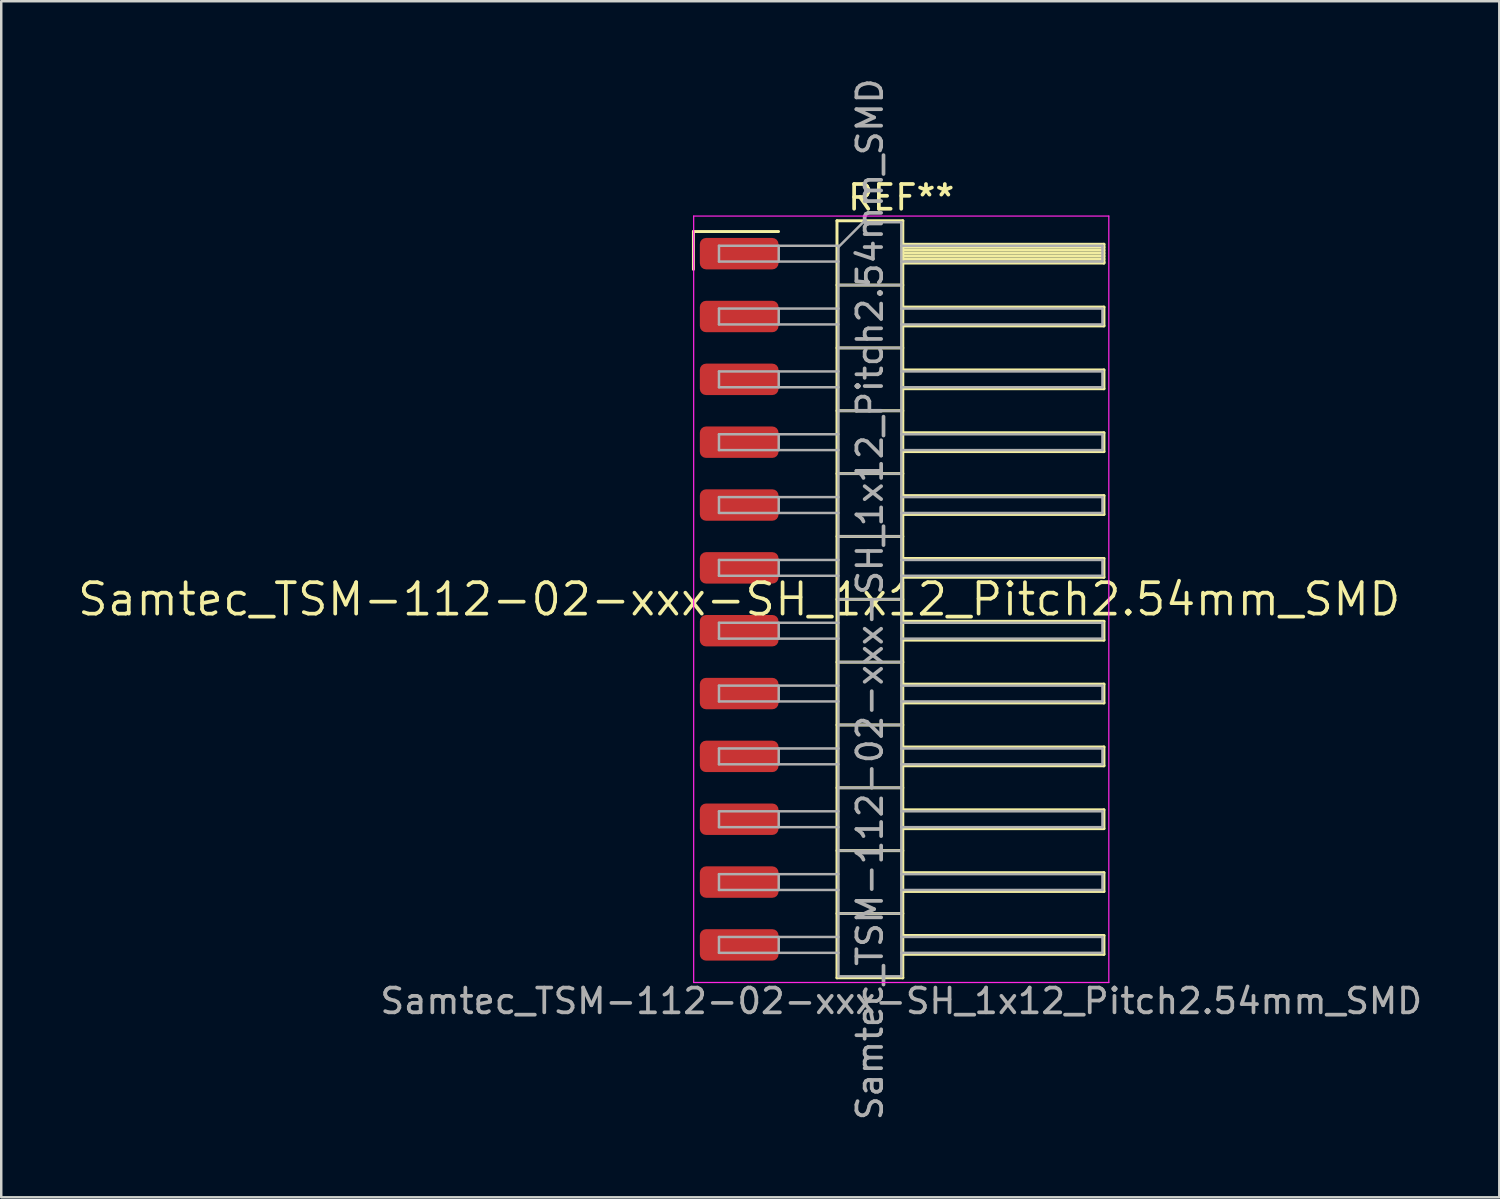
<source format=kicad_pcb>
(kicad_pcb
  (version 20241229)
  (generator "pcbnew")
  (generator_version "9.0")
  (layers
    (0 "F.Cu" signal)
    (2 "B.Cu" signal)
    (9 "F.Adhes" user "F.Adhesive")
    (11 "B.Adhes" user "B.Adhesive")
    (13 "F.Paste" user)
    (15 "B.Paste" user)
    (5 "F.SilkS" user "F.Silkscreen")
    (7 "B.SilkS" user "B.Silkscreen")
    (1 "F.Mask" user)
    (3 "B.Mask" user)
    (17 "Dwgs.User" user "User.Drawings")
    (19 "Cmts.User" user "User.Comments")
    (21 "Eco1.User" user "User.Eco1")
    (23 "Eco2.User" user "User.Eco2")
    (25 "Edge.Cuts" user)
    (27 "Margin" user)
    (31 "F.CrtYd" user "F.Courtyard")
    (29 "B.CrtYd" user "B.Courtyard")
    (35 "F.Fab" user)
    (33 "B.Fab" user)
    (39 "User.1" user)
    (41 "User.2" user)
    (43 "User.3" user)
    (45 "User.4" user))
  (footprint "Samtec_TSM-112-02-xxx-SH_1x12_Pitch2.54mm_SMD"
    (layer "F.Cu")
    (at 26.828 21.173)
    (property "Reference" "Samtec_TSM-112-02-xxx-SH_1x12_Pitch2.54mm_SMD" (at 0 0 0) (layer "F.SilkS") (effects (font (size 1.27 1.27) (thickness 0.15))))
    (attr smd)
    (fp_line (start -1.85 -14.865) (end 1.59 -14.865) (stroke (width 0.12) (type solid)) (layer "F.SilkS"))
    (fp_line (start -1.85 -13.335) (end -1.85 -14.865) (stroke (width 0.12) (type solid)) (layer "F.SilkS"))
    (fp_line (start 3.953 -15.3) (end 6.613 -15.3) (stroke (width 0.12) (type solid)) (layer "F.SilkS"))
    (fp_line (start 3.953 -12.7) (end 6.613 -12.7) (stroke (width 0.12) (type solid)) (layer "F.SilkS"))
    (fp_line (start 3.953 -10.16) (end 6.613 -10.16) (stroke (width 0.12) (type solid)) (layer "F.SilkS"))
    (fp_line (start 3.953 -7.62) (end 6.613 -7.62) (stroke (width 0.12) (type solid)) (layer "F.SilkS"))
    (fp_line (start 3.953 -5.08) (end 6.613 -5.08) (stroke (width 0.12) (type solid)) (layer "F.SilkS"))
    (fp_line (start 3.953 -2.54) (end 6.613 -2.54) (stroke (width 0.12) (type solid)) (layer "F.SilkS"))
    (fp_line (start 3.953 0) (end 6.613 0) (stroke (width 0.12) (type solid)) (layer "F.SilkS"))
    (fp_line (start 3.953 2.54) (end 6.613 2.54) (stroke (width 0.12) (type solid)) (layer "F.SilkS"))
    (fp_line (start 3.953 5.08) (end 6.613 5.08) (stroke (width 0.12) (type solid)) (layer "F.SilkS"))
    (fp_line (start 3.953 7.62) (end 6.613 7.62) (stroke (width 0.12) (type solid)) (layer "F.SilkS"))
    (fp_line (start 3.953 10.16) (end 6.613 10.16) (stroke (width 0.12) (type solid)) (layer "F.SilkS"))
    (fp_line (start 3.953 12.7) (end 6.613 12.7) (stroke (width 0.12) (type solid)) (layer "F.SilkS"))
    (fp_line (start 3.953 15.3) (end 3.953 -15.3) (stroke (width 0.12) (type solid)) (layer "F.SilkS"))
    (fp_line (start 6.613 -15.3) (end 6.613 15.3) (stroke (width 0.12) (type solid)) (layer "F.SilkS"))
    (fp_line (start 6.613 -14.35) (end 14.743 -14.35) (stroke (width 0.12) (type solid)) (layer "F.SilkS"))
    (fp_line (start 6.613 -14.23) (end 14.743 -14.23) (stroke (width 0.12) (type solid)) (layer "F.SilkS"))
    (fp_line (start 6.613 -14.11) (end 14.743 -14.11) (stroke (width 0.12) (type solid)) (layer "F.SilkS"))
    (fp_line (start 6.613 -13.99) (end 14.743 -13.99) (stroke (width 0.12) (type solid)) (layer "F.SilkS"))
    (fp_line (start 6.613 -13.87) (end 14.743 -13.87) (stroke (width 0.12) (type solid)) (layer "F.SilkS"))
    (fp_line (start 6.613 -13.75) (end 14.743 -13.75) (stroke (width 0.12) (type solid)) (layer "F.SilkS"))
    (fp_line (start 6.613 -13.63) (end 14.743 -13.63) (stroke (width 0.12) (type solid)) (layer "F.SilkS"))
    (fp_line (start 6.613 -13.59) (end 14.743 -13.59) (stroke (width 0.12) (type solid)) (layer "F.SilkS"))
    (fp_line (start 6.613 -11.81) (end 14.743 -11.81) (stroke (width 0.12) (type solid)) (layer "F.SilkS"))
    (fp_line (start 6.613 -11.05) (end 14.743 -11.05) (stroke (width 0.12) (type solid)) (layer "F.SilkS"))
    (fp_line (start 6.613 -9.27) (end 14.743 -9.27) (stroke (width 0.12) (type solid)) (layer "F.SilkS"))
    (fp_line (start 6.613 -8.51) (end 14.743 -8.51) (stroke (width 0.12) (type solid)) (layer "F.SilkS"))
    (fp_line (start 6.613 -6.73) (end 14.743 -6.73) (stroke (width 0.12) (type solid)) (layer "F.SilkS"))
    (fp_line (start 6.613 -5.97) (end 14.743 -5.97) (stroke (width 0.12) (type solid)) (layer "F.SilkS"))
    (fp_line (start 6.613 -4.19) (end 14.743 -4.19) (stroke (width 0.12) (type solid)) (layer "F.SilkS"))
    (fp_line (start 6.613 -3.43) (end 14.743 -3.43) (stroke (width 0.12) (type solid)) (layer "F.SilkS"))
    (fp_line (start 6.613 -1.65) (end 14.743 -1.65) (stroke (width 0.12) (type solid)) (layer "F.SilkS"))
    (fp_line (start 6.613 -0.89) (end 14.743 -0.89) (stroke (width 0.12) (type solid)) (layer "F.SilkS"))
    (fp_line (start 6.613 0.89) (end 14.743 0.89) (stroke (width 0.12) (type solid)) (layer "F.SilkS"))
    (fp_line (start 6.613 1.65) (end 14.743 1.65) (stroke (width 0.12) (type solid)) (layer "F.SilkS"))
    (fp_line (start 6.613 3.43) (end 14.743 3.43) (stroke (width 0.12) (type solid)) (layer "F.SilkS"))
    (fp_line (start 6.613 4.19) (end 14.743 4.19) (stroke (width 0.12) (type solid)) (layer "F.SilkS"))
    (fp_line (start 6.613 5.97) (end 14.743 5.97) (stroke (width 0.12) (type solid)) (layer "F.SilkS"))
    (fp_line (start 6.613 6.73) (end 14.743 6.73) (stroke (width 0.12) (type solid)) (layer "F.SilkS"))
    (fp_line (start 6.613 8.51) (end 14.743 8.51) (stroke (width 0.12) (type solid)) (layer "F.SilkS"))
    (fp_line (start 6.613 9.27) (end 14.743 9.27) (stroke (width 0.12) (type solid)) (layer "F.SilkS"))
    (fp_line (start 6.613 11.05) (end 14.743 11.05) (stroke (width 0.12) (type solid)) (layer "F.SilkS"))
    (fp_line (start 6.613 11.81) (end 14.743 11.81) (stroke (width 0.12) (type solid)) (layer "F.SilkS"))
    (fp_line (start 6.613 13.59) (end 14.743 13.59) (stroke (width 0.12) (type solid)) (layer "F.SilkS"))
    (fp_line (start 6.613 14.35) (end 14.743 14.35) (stroke (width 0.12) (type solid)) (layer "F.SilkS"))
    (fp_line (start 6.613 15.3) (end 3.953 15.3) (stroke (width 0.12) (type solid)) (layer "F.SilkS"))
    (fp_line (start 14.743 -14.35) (end 14.743 -13.59) (stroke (width 0.12) (type solid)) (layer "F.SilkS"))
    (fp_line (start 14.743 -11.81) (end 14.743 -11.05) (stroke (width 0.12) (type solid)) (layer "F.SilkS"))
    (fp_line (start 14.743 -9.27) (end 14.743 -8.51) (stroke (width 0.12) (type solid)) (layer "F.SilkS"))
    (fp_line (start 14.743 -6.73) (end 14.743 -5.97) (stroke (width 0.12) (type solid)) (layer "F.SilkS"))
    (fp_line (start 14.743 -4.19) (end 14.743 -3.43) (stroke (width 0.12) (type solid)) (layer "F.SilkS"))
    (fp_line (start 14.743 -1.65) (end 14.743 -0.89) (stroke (width 0.12) (type solid)) (layer "F.SilkS"))
    (fp_line (start 14.743 0.89) (end 14.743 1.65) (stroke (width 0.12) (type solid)) (layer "F.SilkS"))
    (fp_line (start 14.743 3.43) (end 14.743 4.19) (stroke (width 0.12) (type solid)) (layer "F.SilkS"))
    (fp_line (start 14.743 5.97) (end 14.743 6.73) (stroke (width 0.12) (type solid)) (layer "F.SilkS"))
    (fp_line (start 14.743 8.51) (end 14.743 9.27) (stroke (width 0.12) (type solid)) (layer "F.SilkS"))
    (fp_line (start 14.743 11.05) (end 14.743 11.81) (stroke (width 0.12) (type solid)) (layer "F.SilkS"))
    (fp_line (start 14.743 13.59) (end 14.743 14.35) (stroke (width 0.12) (type solid)) (layer "F.SilkS"))
    (fp_line (start -1.84 -15.49) (end 14.94 -15.49) (stroke (width 0.05) (type solid)) (layer "F.CrtYd"))
    (fp_line (start -1.84 15.49) (end -1.84 -15.49) (stroke (width 0.05) (type solid)) (layer "F.CrtYd"))
    (fp_line (start 14.94 -15.49) (end 14.94 15.49) (stroke (width 0.05) (type solid)) (layer "F.CrtYd"))
    (fp_line (start 14.94 15.49) (end -1.84 15.49) (stroke (width 0.05) (type solid)) (layer "F.CrtYd"))
    (fp_line (start -0.817 -14.29) (end -0.817 -13.65) (stroke (width 0.1) (type solid)) (layer "F.Fab"))
    (fp_line (start -0.817 -14.29) (end 4.013 -14.29) (stroke (width 0.1) (type solid)) (layer "F.Fab"))
    (fp_line (start -0.817 -13.65) (end 4.013 -13.65) (stroke (width 0.1) (type solid)) (layer "F.Fab"))
    (fp_line (start -0.817 -11.75) (end -0.817 -11.11) (stroke (width 0.1) (type solid)) (layer "F.Fab"))
    (fp_line (start -0.817 -11.75) (end 4.013 -11.75) (stroke (width 0.1) (type solid)) (layer "F.Fab"))
    (fp_line (start -0.817 -11.11) (end 4.013 -11.11) (stroke (width 0.1) (type solid)) (layer "F.Fab"))
    (fp_line (start -0.817 -9.21) (end -0.817 -8.57) (stroke (width 0.1) (type solid)) (layer "F.Fab"))
    (fp_line (start -0.817 -9.21) (end 4.013 -9.21) (stroke (width 0.1) (type solid)) (layer "F.Fab"))
    (fp_line (start -0.817 -8.57) (end 4.013 -8.57) (stroke (width 0.1) (type solid)) (layer "F.Fab"))
    (fp_line (start -0.817 -6.67) (end -0.817 -6.03) (stroke (width 0.1) (type solid)) (layer "F.Fab"))
    (fp_line (start -0.817 -6.67) (end 4.013 -6.67) (stroke (width 0.1) (type solid)) (layer "F.Fab"))
    (fp_line (start -0.817 -6.03) (end 4.013 -6.03) (stroke (width 0.1) (type solid)) (layer "F.Fab"))
    (fp_line (start -0.817 -4.13) (end -0.817 -3.49) (stroke (width 0.1) (type solid)) (layer "F.Fab"))
    (fp_line (start -0.817 -4.13) (end 4.013 -4.13) (stroke (width 0.1) (type solid)) (layer "F.Fab"))
    (fp_line (start -0.817 -3.49) (end 4.013 -3.49) (stroke (width 0.1) (type solid)) (layer "F.Fab"))
    (fp_line (start -0.817 -1.59) (end -0.817 -0.95) (stroke (width 0.1) (type solid)) (layer "F.Fab"))
    (fp_line (start -0.817 -1.59) (end 4.013 -1.59) (stroke (width 0.1) (type solid)) (layer "F.Fab"))
    (fp_line (start -0.817 -0.95) (end 4.013 -0.95) (stroke (width 0.1) (type solid)) (layer "F.Fab"))
    (fp_line (start -0.817 0.95) (end -0.817 1.59) (stroke (width 0.1) (type solid)) (layer "F.Fab"))
    (fp_line (start -0.817 0.95) (end 4.013 0.95) (stroke (width 0.1) (type solid)) (layer "F.Fab"))
    (fp_line (start -0.817 1.59) (end 4.013 1.59) (stroke (width 0.1) (type solid)) (layer "F.Fab"))
    (fp_line (start -0.817 3.49) (end -0.817 4.13) (stroke (width 0.1) (type solid)) (layer "F.Fab"))
    (fp_line (start -0.817 3.49) (end 4.013 3.49) (stroke (width 0.1) (type solid)) (layer "F.Fab"))
    (fp_line (start -0.817 4.13) (end 4.013 4.13) (stroke (width 0.1) (type solid)) (layer "F.Fab"))
    (fp_line (start -0.817 6.03) (end -0.817 6.67) (stroke (width 0.1) (type solid)) (layer "F.Fab"))
    (fp_line (start -0.817 6.03) (end 4.013 6.03) (stroke (width 0.1) (type solid)) (layer "F.Fab"))
    (fp_line (start -0.817 6.67) (end 4.013 6.67) (stroke (width 0.1) (type solid)) (layer "F.Fab"))
    (fp_line (start -0.817 8.57) (end -0.817 9.21) (stroke (width 0.1) (type solid)) (layer "F.Fab"))
    (fp_line (start -0.817 8.57) (end 4.013 8.57) (stroke (width 0.1) (type solid)) (layer "F.Fab"))
    (fp_line (start -0.817 9.21) (end 4.013 9.21) (stroke (width 0.1) (type solid)) (layer "F.Fab"))
    (fp_line (start -0.817 11.11) (end -0.817 11.75) (stroke (width 0.1) (type solid)) (layer "F.Fab"))
    (fp_line (start -0.817 11.11) (end 4.013 11.11) (stroke (width 0.1) (type solid)) (layer "F.Fab"))
    (fp_line (start -0.817 11.75) (end 4.013 11.75) (stroke (width 0.1) (type solid)) (layer "F.Fab"))
    (fp_line (start -0.817 13.65) (end -0.817 14.29) (stroke (width 0.1) (type solid)) (layer "F.Fab"))
    (fp_line (start -0.817 13.65) (end 4.013 13.65) (stroke (width 0.1) (type solid)) (layer "F.Fab"))
    (fp_line (start -0.817 14.29) (end 4.013 14.29) (stroke (width 0.1) (type solid)) (layer "F.Fab"))
    (fp_line (start 1.598 -14.29) (end 1.598 -13.65) (stroke (width 0.1) (type solid)) (layer "F.Fab"))
    (fp_line (start 1.598 -11.75) (end 1.598 -11.11) (stroke (width 0.1) (type solid)) (layer "F.Fab"))
    (fp_line (start 1.598 -9.21) (end 1.598 -8.57) (stroke (width 0.1) (type solid)) (layer "F.Fab"))
    (fp_line (start 1.598 -6.67) (end 1.598 -6.03) (stroke (width 0.1) (type solid)) (layer "F.Fab"))
    (fp_line (start 1.598 -4.13) (end 1.598 -3.49) (stroke (width 0.1) (type solid)) (layer "F.Fab"))
    (fp_line (start 1.598 -1.59) (end 1.598 -0.95) (stroke (width 0.1) (type solid)) (layer "F.Fab"))
    (fp_line (start 1.598 0.95) (end 1.598 1.59) (stroke (width 0.1) (type solid)) (layer "F.Fab"))
    (fp_line (start 1.598 3.49) (end 1.598 4.13) (stroke (width 0.1) (type solid)) (layer "F.Fab"))
    (fp_line (start 1.598 6.03) (end 1.598 6.67) (stroke (width 0.1) (type solid)) (layer "F.Fab"))
    (fp_line (start 1.598 8.57) (end 1.598 9.21) (stroke (width 0.1) (type solid)) (layer "F.Fab"))
    (fp_line (start 1.598 11.11) (end 1.598 11.75) (stroke (width 0.1) (type solid)) (layer "F.Fab"))
    (fp_line (start 1.598 13.65) (end 1.598 14.29) (stroke (width 0.1) (type solid)) (layer "F.Fab"))
    (fp_line (start 4.013 -14.24) (end 5.013 -15.24) (stroke (width 0.1) (type solid)) (layer "F.Fab"))
    (fp_line (start 4.013 -12.7) (end 6.553 -12.7) (stroke (width 0.1) (type solid)) (layer "F.Fab"))
    (fp_line (start 4.013 -10.16) (end 6.553 -10.16) (stroke (width 0.1) (type solid)) (layer "F.Fab"))
    (fp_line (start 4.013 -7.62) (end 6.553 -7.62) (stroke (width 0.1) (type solid)) (layer "F.Fab"))
    (fp_line (start 4.013 -5.08) (end 6.553 -5.08) (stroke (width 0.1) (type solid)) (layer "F.Fab"))
    (fp_line (start 4.013 -2.54) (end 6.553 -2.54) (stroke (width 0.1) (type solid)) (layer "F.Fab"))
    (fp_line (start 4.013 0) (end 6.553 0) (stroke (width 0.1) (type solid)) (layer "F.Fab"))
    (fp_line (start 4.013 2.54) (end 6.553 2.54) (stroke (width 0.1) (type solid)) (layer "F.Fab"))
    (fp_line (start 4.013 5.08) (end 6.553 5.08) (stroke (width 0.1) (type solid)) (layer "F.Fab"))
    (fp_line (start 4.013 7.62) (end 6.553 7.62) (stroke (width 0.1) (type solid)) (layer "F.Fab"))
    (fp_line (start 4.013 10.16) (end 6.553 10.16) (stroke (width 0.1) (type solid)) (layer "F.Fab"))
    (fp_line (start 4.013 12.7) (end 6.553 12.7) (stroke (width 0.1) (type solid)) (layer "F.Fab"))
    (fp_line (start 4.013 15.24) (end 4.013 -14.24) (stroke (width 0.1) (type solid)) (layer "F.Fab"))
    (fp_line (start 5.013 -15.24) (end 6.553 -15.24) (stroke (width 0.1) (type solid)) (layer "F.Fab"))
    (fp_line (start 6.553 -15.24) (end 6.553 15.24) (stroke (width 0.1) (type solid)) (layer "F.Fab"))
    (fp_line (start 6.553 -14.29) (end 14.683 -14.29) (stroke (width 0.1) (type solid)) (layer "F.Fab"))
    (fp_line (start 6.553 -13.65) (end 14.683 -13.65) (stroke (width 0.1) (type solid)) (layer "F.Fab"))
    (fp_line (start 6.553 -11.75) (end 14.683 -11.75) (stroke (width 0.1) (type solid)) (layer "F.Fab"))
    (fp_line (start 6.553 -11.11) (end 14.683 -11.11) (stroke (width 0.1) (type solid)) (layer "F.Fab"))
    (fp_line (start 6.553 -9.21) (end 14.683 -9.21) (stroke (width 0.1) (type solid)) (layer "F.Fab"))
    (fp_line (start 6.553 -8.57) (end 14.683 -8.57) (stroke (width 0.1) (type solid)) (layer "F.Fab"))
    (fp_line (start 6.553 -6.67) (end 14.683 -6.67) (stroke (width 0.1) (type solid)) (layer "F.Fab"))
    (fp_line (start 6.553 -6.03) (end 14.683 -6.03) (stroke (width 0.1) (type solid)) (layer "F.Fab"))
    (fp_line (start 6.553 -4.13) (end 14.683 -4.13) (stroke (width 0.1) (type solid)) (layer "F.Fab"))
    (fp_line (start 6.553 -3.49) (end 14.683 -3.49) (stroke (width 0.1) (type solid)) (layer "F.Fab"))
    (fp_line (start 6.553 -1.59) (end 14.683 -1.59) (stroke (width 0.1) (type solid)) (layer "F.Fab"))
    (fp_line (start 6.553 -0.95) (end 14.683 -0.95) (stroke (width 0.1) (type solid)) (layer "F.Fab"))
    (fp_line (start 6.553 0.95) (end 14.683 0.95) (stroke (width 0.1) (type solid)) (layer "F.Fab"))
    (fp_line (start 6.553 1.59) (end 14.683 1.59) (stroke (width 0.1) (type solid)) (layer "F.Fab"))
    (fp_line (start 6.553 3.49) (end 14.683 3.49) (stroke (width 0.1) (type solid)) (layer "F.Fab"))
    (fp_line (start 6.553 4.13) (end 14.683 4.13) (stroke (width 0.1) (type solid)) (layer "F.Fab"))
    (fp_line (start 6.553 6.03) (end 14.683 6.03) (stroke (width 0.1) (type solid)) (layer "F.Fab"))
    (fp_line (start 6.553 6.67) (end 14.683 6.67) (stroke (width 0.1) (type solid)) (layer "F.Fab"))
    (fp_line (start 6.553 8.57) (end 14.683 8.57) (stroke (width 0.1) (type solid)) (layer "F.Fab"))
    (fp_line (start 6.553 9.21) (end 14.683 9.21) (stroke (width 0.1) (type solid)) (layer "F.Fab"))
    (fp_line (start 6.553 11.11) (end 14.683 11.11) (stroke (width 0.1) (type solid)) (layer "F.Fab"))
    (fp_line (start 6.553 11.75) (end 14.683 11.75) (stroke (width 0.1) (type solid)) (layer "F.Fab"))
    (fp_line (start 6.553 13.65) (end 14.683 13.65) (stroke (width 0.1) (type solid)) (layer "F.Fab"))
    (fp_line (start 6.553 14.29) (end 14.683 14.29) (stroke (width 0.1) (type solid)) (layer "F.Fab"))
    (fp_line (start 6.553 15.24) (end 4.013 15.24) (stroke (width 0.1) (type solid)) (layer "F.Fab"))
    (fp_line (start 14.683 -14.29) (end 14.683 -13.65) (stroke (width 0.1) (type solid)) (layer "F.Fab"))
    (fp_line (start 14.683 -11.75) (end 14.683 -11.11) (stroke (width 0.1) (type solid)) (layer "F.Fab"))
    (fp_line (start 14.683 -9.21) (end 14.683 -8.57) (stroke (width 0.1) (type solid)) (layer "F.Fab"))
    (fp_line (start 14.683 -6.67) (end 14.683 -6.03) (stroke (width 0.1) (type solid)) (layer "F.Fab"))
    (fp_line (start 14.683 -4.13) (end 14.683 -3.49) (stroke (width 0.1) (type solid)) (layer "F.Fab"))
    (fp_line (start 14.683 -1.59) (end 14.683 -0.95) (stroke (width 0.1) (type solid)) (layer "F.Fab"))
    (fp_line (start 14.683 0.95) (end 14.683 1.59) (stroke (width 0.1) (type solid)) (layer "F.Fab"))
    (fp_line (start 14.683 3.49) (end 14.683 4.13) (stroke (width 0.1) (type solid)) (layer "F.Fab"))
    (fp_line (start 14.683 6.03) (end 14.683 6.67) (stroke (width 0.1) (type solid)) (layer "F.Fab"))
    (fp_line (start 14.683 8.57) (end 14.683 9.21) (stroke (width 0.1) (type solid)) (layer "F.Fab"))
    (fp_line (start 14.683 11.11) (end 14.683 11.75) (stroke (width 0.1) (type solid)) (layer "F.Fab"))
    (fp_line (start 14.683 13.65) (end 14.683 14.29) (stroke (width 0.1) (type solid)) (layer "F.Fab"))
    (fp_text user "REF**" (at 6.55 -16.24 0) (layer "F.SilkS") (effects (font (size 1 1) (thickness 0.15))))
    (fp_text user "Samtec_TSM-112-02-xxx-SH_1x12_Pitch2.54mm_SMD" (at 6.55 16.24 0) (layer "F.Fab") (effects (font (size 1 1) (thickness 0.15))))
    (fp_text user "${REFERENCE}" (at 5.283 0 90) (layer "F.Fab") (effects (font (size 1 1) (thickness 0.15))))
    (pad "1" smd roundrect (at 0 -13.97) (size 3.18 1.27) (layers "F.Cu" "F.Mask" "F.Paste") (roundrect_rratio 0.197))
    (pad "2" smd roundrect (at 0 -11.43) (size 3.18 1.27) (layers "F.Cu" "F.Mask" "F.Paste") (roundrect_rratio 0.197))
    (pad "3" smd roundrect (at 0 -8.89) (size 3.18 1.27) (layers "F.Cu" "F.Mask" "F.Paste") (roundrect_rratio 0.197))
    (pad "4" smd roundrect (at 0 -6.35) (size 3.18 1.27) (layers "F.Cu" "F.Mask" "F.Paste") (roundrect_rratio 0.197))
    (pad "5" smd roundrect (at 0 -3.81) (size 3.18 1.27) (layers "F.Cu" "F.Mask" "F.Paste") (roundrect_rratio 0.197))
    (pad "6" smd roundrect (at 0 -1.27) (size 3.18 1.27) (layers "F.Cu" "F.Mask" "F.Paste") (roundrect_rratio 0.197))
    (pad "7" smd roundrect (at 0 1.27) (size 3.18 1.27) (layers "F.Cu" "F.Mask" "F.Paste") (roundrect_rratio 0.197))
    (pad "8" smd roundrect (at 0 3.81) (size 3.18 1.27) (layers "F.Cu" "F.Mask" "F.Paste") (roundrect_rratio 0.197))
    (pad "9" smd roundrect (at 0 6.35) (size 3.18 1.27) (layers "F.Cu" "F.Mask" "F.Paste") (roundrect_rratio 0.197))
    (pad "10" smd roundrect (at 0 8.89) (size 3.18 1.27) (layers "F.Cu" "F.Mask" "F.Paste") (roundrect_rratio 0.197))
    (pad "11" smd roundrect (at 0 11.43) (size 3.18 1.27) (layers "F.Cu" "F.Mask" "F.Paste") (roundrect_rratio 0.197))
    (pad "12" smd roundrect (at 0 13.97) (size 3.18 1.27) (layers "F.Cu" "F.Mask" "F.Paste") (roundrect_rratio 0.197)))
  (gr_rect
    (start -3 -3)
    (end 57.551 45.345)
    (stroke (width 0.1) (type default))
    (fill no)
    (layer "Edge.Cuts")))
</source>
